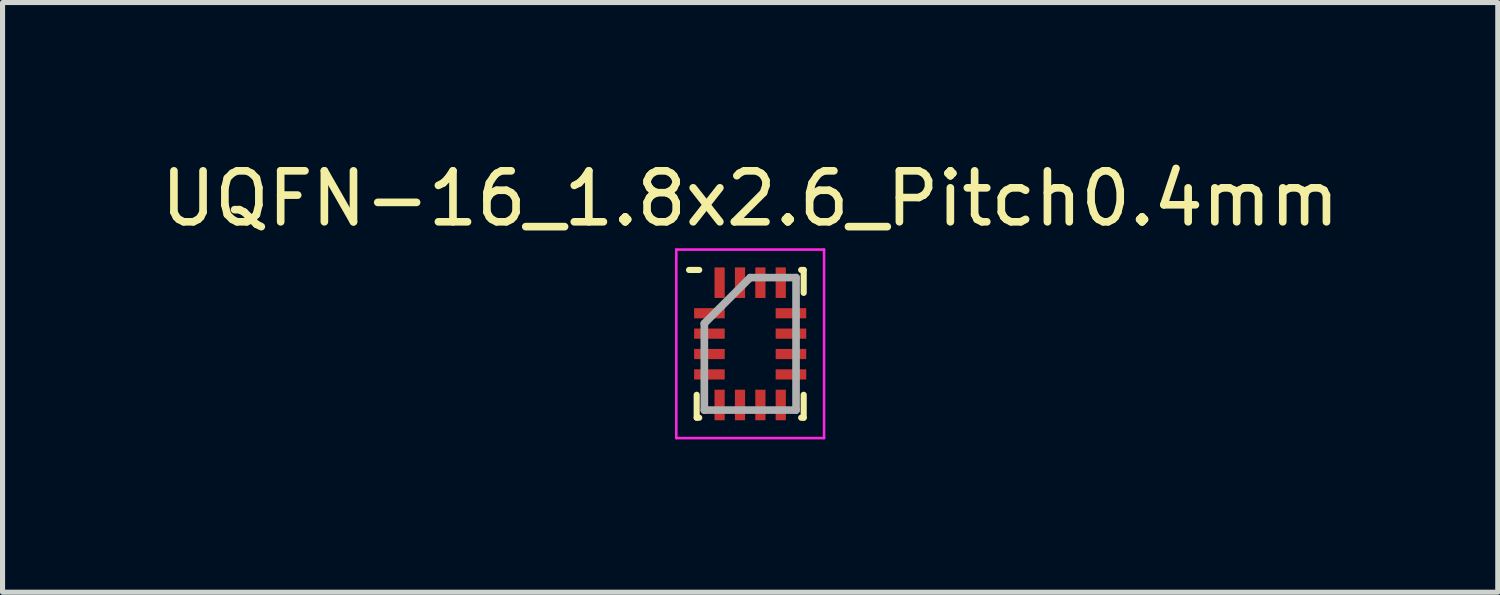
<source format=kicad_pcb>
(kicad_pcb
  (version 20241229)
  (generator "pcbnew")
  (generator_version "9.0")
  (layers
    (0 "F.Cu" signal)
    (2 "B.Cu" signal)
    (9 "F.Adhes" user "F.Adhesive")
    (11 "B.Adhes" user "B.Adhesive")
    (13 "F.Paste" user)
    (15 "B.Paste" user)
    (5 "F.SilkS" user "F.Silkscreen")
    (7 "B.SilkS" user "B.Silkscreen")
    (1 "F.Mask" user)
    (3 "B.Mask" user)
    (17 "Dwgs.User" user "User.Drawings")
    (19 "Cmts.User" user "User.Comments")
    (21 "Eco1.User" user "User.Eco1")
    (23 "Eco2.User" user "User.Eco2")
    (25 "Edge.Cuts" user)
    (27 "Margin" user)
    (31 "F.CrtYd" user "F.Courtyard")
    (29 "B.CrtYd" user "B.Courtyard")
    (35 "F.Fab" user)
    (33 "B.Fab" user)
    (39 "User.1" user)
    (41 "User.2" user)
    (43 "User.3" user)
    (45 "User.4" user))
  (footprint "UQFN-16_1.8x2.6_Pitch0.4mm"
    (layer "F.Cu")
    (at 11.673 3.698)
    (property "Reference" "UQFN-16_1.8x2.6_Pitch0.4mm" (at 0 -2.85 0) (layer "F.SilkS") (effects (font (size 1 1) (thickness 0.15))))
    (attr through_hole)
    (fp_line (start -1.05 1.45) (end -1.05 1) (stroke (width 0.12) (type solid)) (layer "F.SilkS"))
    (fp_line (start -1 -1.45) (end -1.2 -1.45) (stroke (width 0.12) (type solid)) (layer "F.SilkS"))
    (fp_line (start -1 1.45) (end -1.05 1.45) (stroke (width 0.12) (type solid)) (layer "F.SilkS"))
    (fp_line (start 1 -1.45) (end 1.05 -1.45) (stroke (width 0.12) (type solid)) (layer "F.SilkS"))
    (fp_line (start 1 1.45) (end 1.05 1.45) (stroke (width 0.12) (type solid)) (layer "F.SilkS"))
    (fp_line (start 1.05 -1.45) (end 1.05 -1) (stroke (width 0.12) (type solid)) (layer "F.SilkS"))
    (fp_line (start 1.05 1.45) (end 1.05 1) (stroke (width 0.12) (type solid)) (layer "F.SilkS"))
    (fp_line (start -1.45 -1.85) (end 1.45 -1.85) (stroke (width 0.05) (type solid)) (layer "F.CrtYd"))
    (fp_line (start -1.45 1.85) (end -1.45 -1.85) (stroke (width 0.05) (type solid)) (layer "F.CrtYd"))
    (fp_line (start 1.45 -1.85) (end 1.45 1.85) (stroke (width 0.05) (type solid)) (layer "F.CrtYd"))
    (fp_line (start 1.45 1.85) (end -1.45 1.85) (stroke (width 0.05) (type solid)) (layer "F.CrtYd"))
    (fp_line (start -0.9 -0.4) (end -0.9 1.3) (stroke (width 0.15) (type solid)) (layer "F.Fab"))
    (fp_line (start -0.9 1.3) (end 0.9 1.3) (stroke (width 0.15) (type solid)) (layer "F.Fab"))
    (fp_line (start 0 -1.3) (end -0.9 -0.4) (stroke (width 0.15) (type solid)) (layer "F.Fab"))
    (fp_line (start 0.9 -1.3) (end 0 -1.3) (stroke (width 0.15) (type solid)) (layer "F.Fab"))
    (fp_line (start 0.9 1.3) (end 0.9 -1.3) (stroke (width 0.15) (type solid)) (layer "F.Fab"))
    (pad "1" smd rect (at -0.8 -0.6 90) (size 0.2 0.6) (layers "F.Cu" "F.Mask" "F.Paste"))
    (pad "2" smd rect (at -0.8 -0.2 90) (size 0.2 0.6) (layers "F.Cu" "F.Mask" "F.Paste"))
    (pad "3" smd rect (at -0.8 0.2 90) (size 0.2 0.6) (layers "F.Cu" "F.Mask" "F.Paste"))
    (pad "4" smd rect (at -0.8 0.6 90) (size 0.2 0.6) (layers "F.Cu" "F.Mask" "F.Paste"))
    (pad "5" smd rect (at -0.6 1.2) (size 0.2 0.6) (layers "F.Cu" "F.Mask" "F.Paste"))
    (pad "6" smd rect (at -0.2 1.2) (size 0.2 0.6) (layers "F.Cu" "F.Mask" "F.Paste"))
    (pad "7" smd rect (at 0.2 1.2) (size 0.2 0.6) (layers "F.Cu" "F.Mask" "F.Paste"))
    (pad "8" smd rect (at 0.6 1.2) (size 0.2 0.6) (layers "F.Cu" "F.Mask" "F.Paste"))
    (pad "9" smd rect (at 0.8 0.6 90) (size 0.2 0.6) (layers "F.Cu" "F.Mask" "F.Paste"))
    (pad "10" smd rect (at 0.8 0.2 90) (size 0.2 0.6) (layers "F.Cu" "F.Mask" "F.Paste"))
    (pad "11" smd rect (at 0.8 -0.2 90) (size 0.2 0.6) (layers "F.Cu" "F.Mask" "F.Paste"))
    (pad "12" smd rect (at 0.8 -0.6 90) (size 0.2 0.6) (layers "F.Cu" "F.Mask" "F.Paste"))
    (pad "13" smd rect (at 0.6 -1.2) (size 0.2 0.6) (layers "F.Cu" "F.Mask" "F.Paste"))
    (pad "14" smd rect (at 0.2 -1.2) (size 0.2 0.6) (layers "F.Cu" "F.Mask" "F.Paste"))
    (pad "15" smd rect (at -0.2 -1.2) (size 0.2 0.6) (layers "F.Cu" "F.Mask" "F.Paste"))
    (pad "16" smd rect (at -0.6 -1.2) (size 0.2 0.6) (layers "F.Cu" "F.Mask" "F.Paste")))
  (gr_rect
    (start -3 -3)
    (end 26.345 8.573)
    (stroke (width 0.1) (type default))
    (fill no)
    (layer "Edge.Cuts")))
</source>
